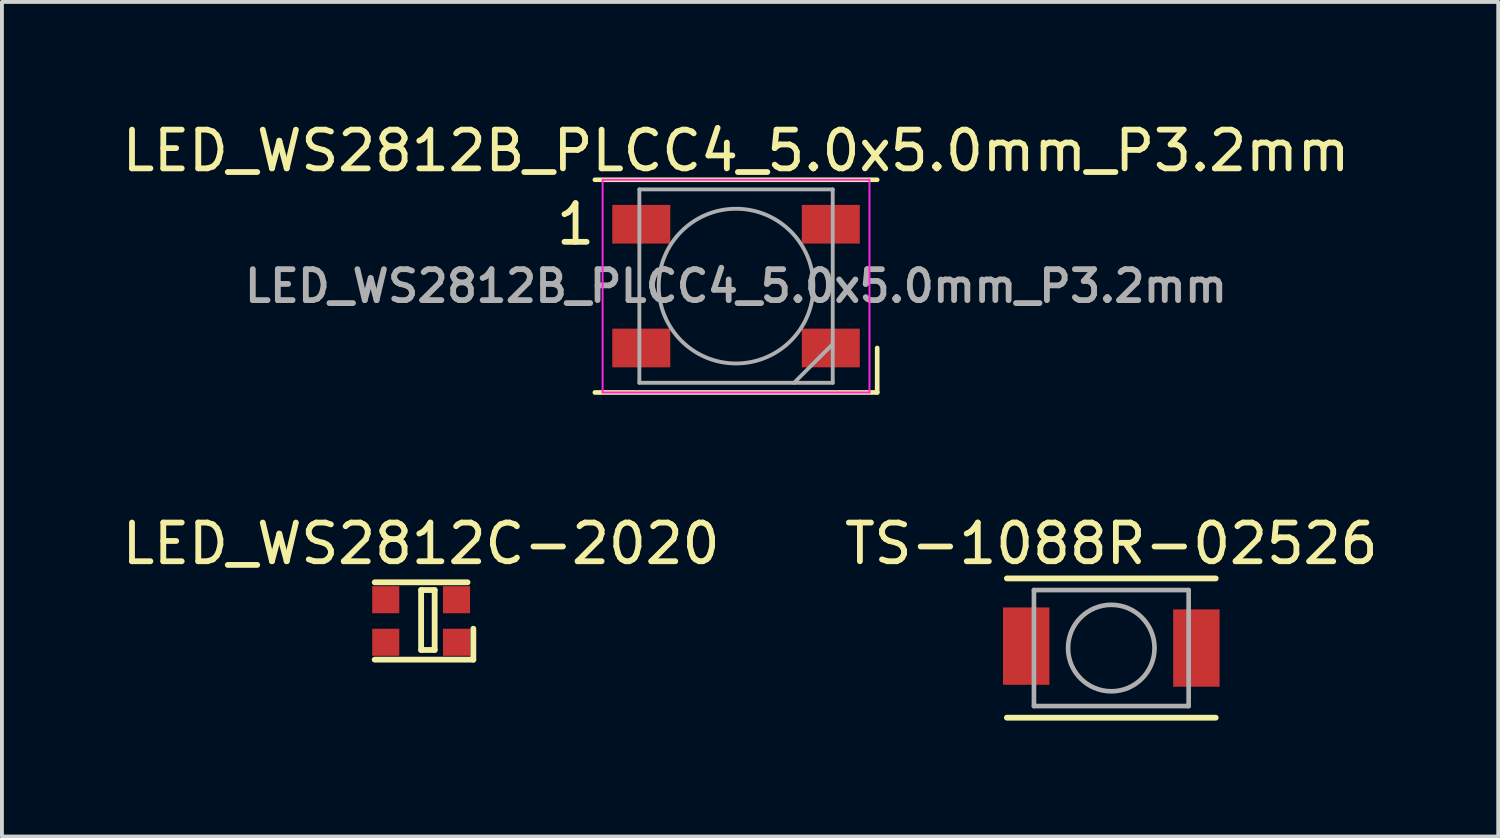
<source format=kicad_pcb>
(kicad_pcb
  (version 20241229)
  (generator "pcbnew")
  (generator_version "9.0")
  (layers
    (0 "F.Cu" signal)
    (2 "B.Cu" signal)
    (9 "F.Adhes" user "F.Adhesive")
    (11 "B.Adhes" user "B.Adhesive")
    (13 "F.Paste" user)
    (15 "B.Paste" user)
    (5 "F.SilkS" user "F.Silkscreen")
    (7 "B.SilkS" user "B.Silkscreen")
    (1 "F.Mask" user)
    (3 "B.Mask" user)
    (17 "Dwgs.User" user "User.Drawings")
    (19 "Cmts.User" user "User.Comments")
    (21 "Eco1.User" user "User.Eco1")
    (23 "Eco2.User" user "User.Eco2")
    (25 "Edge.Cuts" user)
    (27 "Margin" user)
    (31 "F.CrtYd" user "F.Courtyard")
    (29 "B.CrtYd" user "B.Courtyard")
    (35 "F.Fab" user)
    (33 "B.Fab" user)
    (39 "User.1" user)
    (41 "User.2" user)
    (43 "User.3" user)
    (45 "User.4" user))
  (footprint "LED_WS2812C-2020"
    (layer "F.Cu")
    (at 7.839 13.007)
    (property "Reference" "LED_WS2812C-2020" (at 0 -2 0) (layer "F.SilkS") (effects (font (size 1 1) (thickness 0.15))))
    (attr through_hole)
    (fp_line (start -1.2 -1) (end 1.2 -1) (stroke (width 0.15) (type solid)) (layer "F.SilkS"))
    (fp_line (start -1.2 1) (end 1.35 1) (stroke (width 0.15) (type solid)) (layer "F.SilkS"))
    (fp_line (start 0 -0.8) (end 0 0.75) (stroke (width 0.15) (type solid)) (layer "F.SilkS"))
    (fp_line (start 0 0.75) (end 0.35 0.75) (stroke (width 0.15) (type solid)) (layer "F.SilkS"))
    (fp_line (start 0.35 -0.8) (end 0 -0.8) (stroke (width 0.15) (type solid)) (layer "F.SilkS"))
    (fp_line (start 0.35 0.75) (end 0.35 -0.8) (stroke (width 0.15) (type solid)) (layer "F.SilkS"))
    (fp_line (start 1.35 1) (end 1.35 0.2) (stroke (width 0.15) (type solid)) (layer "F.SilkS"))
    (pad "1" smd rect (at 0.915 0.55) (size 0.7 0.7) (layers "F.Cu" "F.Mask" "F.Paste"))
    (pad "2" smd rect (at 0.915 -0.55) (size 0.7 0.7) (layers "F.Cu" "F.Mask" "F.Paste"))
    (pad "3" smd rect (at -0.915 -0.55) (size 0.7 0.7) (layers "F.Cu" "F.Mask" "F.Paste"))
    (pad "4" smd rect (at -0.915 0.55) (size 0.7 0.7) (layers "F.Cu" "F.Mask" "F.Paste")))
  (footprint "TS-1088R-02526"
    (layer "F.Cu")
    (at 25.685 13.707)
    (property "Reference" "TS-1088R-02526" (at 0 -2.7 0) (layer "F.SilkS") (effects (font (size 1 1) (thickness 0.15))))
    (attr through_hole)
    (fp_line (start -2.7 -1.8) (end 2.7 -1.8) (stroke (width 0.15) (type solid)) (layer "F.SilkS"))
    (fp_line (start 2.7 1.8) (end -2.7 1.8) (stroke (width 0.15) (type solid)) (layer "F.SilkS"))
    (fp_line (start -2 -1.5) (end 2 -1.5) (stroke (width 0.12) (type solid)) (layer "F.Fab"))
    (fp_line (start -2 1.5) (end -2 -1.5) (stroke (width 0.12) (type solid)) (layer "F.Fab"))
    (fp_line (start 2 -1.5) (end 2 1.5) (stroke (width 0.12) (type solid)) (layer "F.Fab"))
    (fp_line (start 2 1.5) (end -2 1.5) (stroke (width 0.12) (type solid)) (layer "F.Fab"))
    (fp_circle (center 0 0) (end 0.5 -1) (stroke (width 0.12) (type solid)) (fill no) (layer "F.Fab"))
    (pad "1" smd rect (at -2.2 -0.05) (size 1.2 2) (layers "F.Cu" "F.Mask" "F.Paste"))
    (pad "2" smd rect (at 2.2 0) (size 1.2 2) (layers "F.Cu" "F.Mask" "F.Paste")))
  (footprint "LED_WS2812B_PLCC4_5.0x5.0mm_P3.2mm"
    (layer "F.Cu")
    (at 15.982 4.348)
    (property "Reference" "LED_WS2812B_PLCC4_5.0x5.0mm_P3.2mm" (at 0 -3.5 0) (layer "F.SilkS") (effects (font (size 1 1) (thickness 0.15))))
    (attr smd)
    (fp_line (start -3.65 -2.75) (end 3.65 -2.75) (stroke (width 0.12) (type solid)) (layer "F.SilkS"))
    (fp_line (start -3.65 2.75) (end 3.65 2.75) (stroke (width 0.12) (type solid)) (layer "F.SilkS"))
    (fp_line (start 3.65 2.75) (end 3.65 1.6) (stroke (width 0.12) (type solid)) (layer "F.SilkS"))
    (fp_line (start -3.45 -2.75) (end -3.45 2.75) (stroke (width 0.05) (type solid)) (layer "F.CrtYd"))
    (fp_line (start -3.45 2.75) (end 3.45 2.75) (stroke (width 0.05) (type solid)) (layer "F.CrtYd"))
    (fp_line (start 3.45 -2.75) (end -3.45 -2.75) (stroke (width 0.05) (type solid)) (layer "F.CrtYd"))
    (fp_line (start 3.45 2.75) (end 3.45 -2.75) (stroke (width 0.05) (type solid)) (layer "F.CrtYd"))
    (fp_line (start -2.5 -2.5) (end -2.5 2.5) (stroke (width 0.1) (type solid)) (layer "F.Fab"))
    (fp_line (start -2.5 2.5) (end 2.5 2.5) (stroke (width 0.1) (type solid)) (layer "F.Fab"))
    (fp_line (start 2.5 -2.5) (end -2.5 -2.5) (stroke (width 0.1) (type solid)) (layer "F.Fab"))
    (fp_line (start 2.5 1.5) (end 1.5 2.5) (stroke (width 0.1) (type solid)) (layer "F.Fab"))
    (fp_line (start 2.5 2.5) (end 2.5 -2.5) (stroke (width 0.1) (type solid)) (layer "F.Fab"))
    (fp_circle (center 0 0) (end 0 -2) (stroke (width 0.1) (type solid)) (fill no) (layer "F.Fab"))
    (fp_text user "1" (at -4.15 -1.6 0) (layer "F.SilkS") (effects (font (size 1 1) (thickness 0.15))))
    (fp_text user "${REFERENCE}" (at 0 0 0) (layer "F.Fab") (effects (font (size 0.8 0.8) (thickness 0.15))))
    (pad "1" smd rect (at -2.45 -1.6) (size 1.5 1) (layers "F.Cu" "F.Mask" "F.Paste"))
    (pad "2" smd rect (at -2.45 1.6) (size 1.5 1) (layers "F.Cu" "F.Mask" "F.Paste"))
    (pad "3" smd rect (at 2.45 1.6) (size 1.5 1) (layers "F.Cu" "F.Mask" "F.Paste"))
    (pad "4" smd rect (at 2.45 -1.6) (size 1.5 1) (layers "F.Cu" "F.Mask" "F.Paste")))
  (gr_rect
    (start -3 -3)
    (end 35.69 18.581)
    (stroke (width 0.1) (type default))
    (fill no)
    (layer "Edge.Cuts")))
</source>
